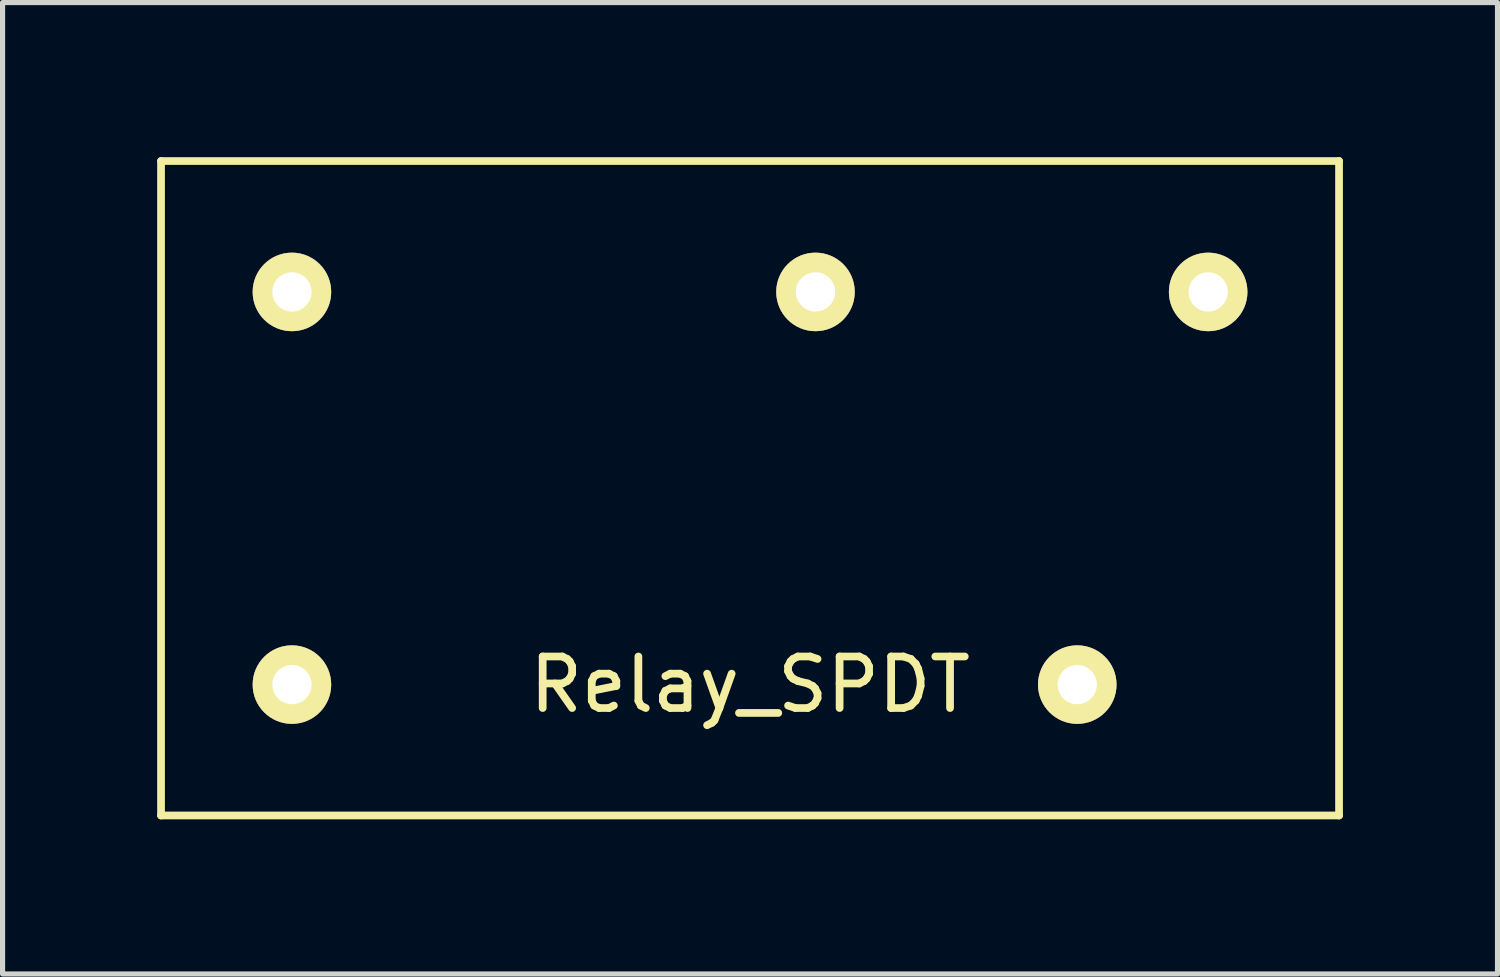
<source format=kicad_pcb>
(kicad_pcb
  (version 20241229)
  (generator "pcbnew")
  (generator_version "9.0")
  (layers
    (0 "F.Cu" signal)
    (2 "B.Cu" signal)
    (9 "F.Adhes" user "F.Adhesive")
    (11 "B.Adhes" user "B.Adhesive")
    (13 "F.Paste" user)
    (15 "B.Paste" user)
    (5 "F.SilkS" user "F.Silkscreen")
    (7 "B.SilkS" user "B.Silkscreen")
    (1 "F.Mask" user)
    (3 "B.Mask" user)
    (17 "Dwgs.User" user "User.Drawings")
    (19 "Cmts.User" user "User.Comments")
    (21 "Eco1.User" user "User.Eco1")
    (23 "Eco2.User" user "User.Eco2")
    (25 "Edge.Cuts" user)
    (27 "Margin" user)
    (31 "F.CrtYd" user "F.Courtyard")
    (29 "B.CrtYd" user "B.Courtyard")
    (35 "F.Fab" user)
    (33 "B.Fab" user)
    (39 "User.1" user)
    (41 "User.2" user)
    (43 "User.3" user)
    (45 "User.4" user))
  (footprint "Relay_SPDT"
    (layer "F.Cu")
    (at 11.505 6.425)
    (property "Reference" "Relay_SPDT" (at 0 3.81 0) (layer "F.SilkS") (effects (font (size 1 1) (thickness 0.15))))
    (attr through_hole)
    (fp_line (start -11.43 -6.35) (end -11.43 6.35) (stroke (width 0.15) (type solid)) (layer "F.SilkS"))
    (fp_line (start -11.43 6.35) (end 11.43 6.35) (stroke (width 0.15) (type solid)) (layer "F.SilkS"))
    (fp_line (start 11.43 -6.35) (end -11.43 -6.35) (stroke (width 0.15) (type solid)) (layer "F.SilkS"))
    (fp_line (start 11.43 6.35) (end 11.43 -6.35) (stroke (width 0.15) (type solid)) (layer "F.SilkS"))
    (pad "1" thru_hole circle (at 6.35 3.81) (size 1.524 1.524) (drill 0.762) (layers "*.Cu" "*.Mask" "F.SilkS"))
    (pad "2" thru_hole circle (at 1.27 -3.81) (size 1.524 1.524) (drill 0.762) (layers "*.Cu" "*.Mask" "F.SilkS"))
    (pad "3" thru_hole circle (at 8.89 -3.81) (size 1.524 1.524) (drill 0.762) (layers "*.Cu" "*.Mask" "F.SilkS"))
    (pad "4" thru_hole circle (at -8.89 -3.81) (size 1.524 1.524) (drill 0.762) (layers "*.Cu" "*.Mask" "F.SilkS"))
    (pad "5" thru_hole circle (at -8.89 3.81) (size 1.524 1.524) (drill 0.762) (layers "*.Cu" "*.Mask" "F.SilkS")))
  (gr_rect
    (start -3 -3)
    (end 26.01 15.85)
    (stroke (width 0.1) (type default))
    (fill no)
    (layer "Edge.Cuts")))
</source>
